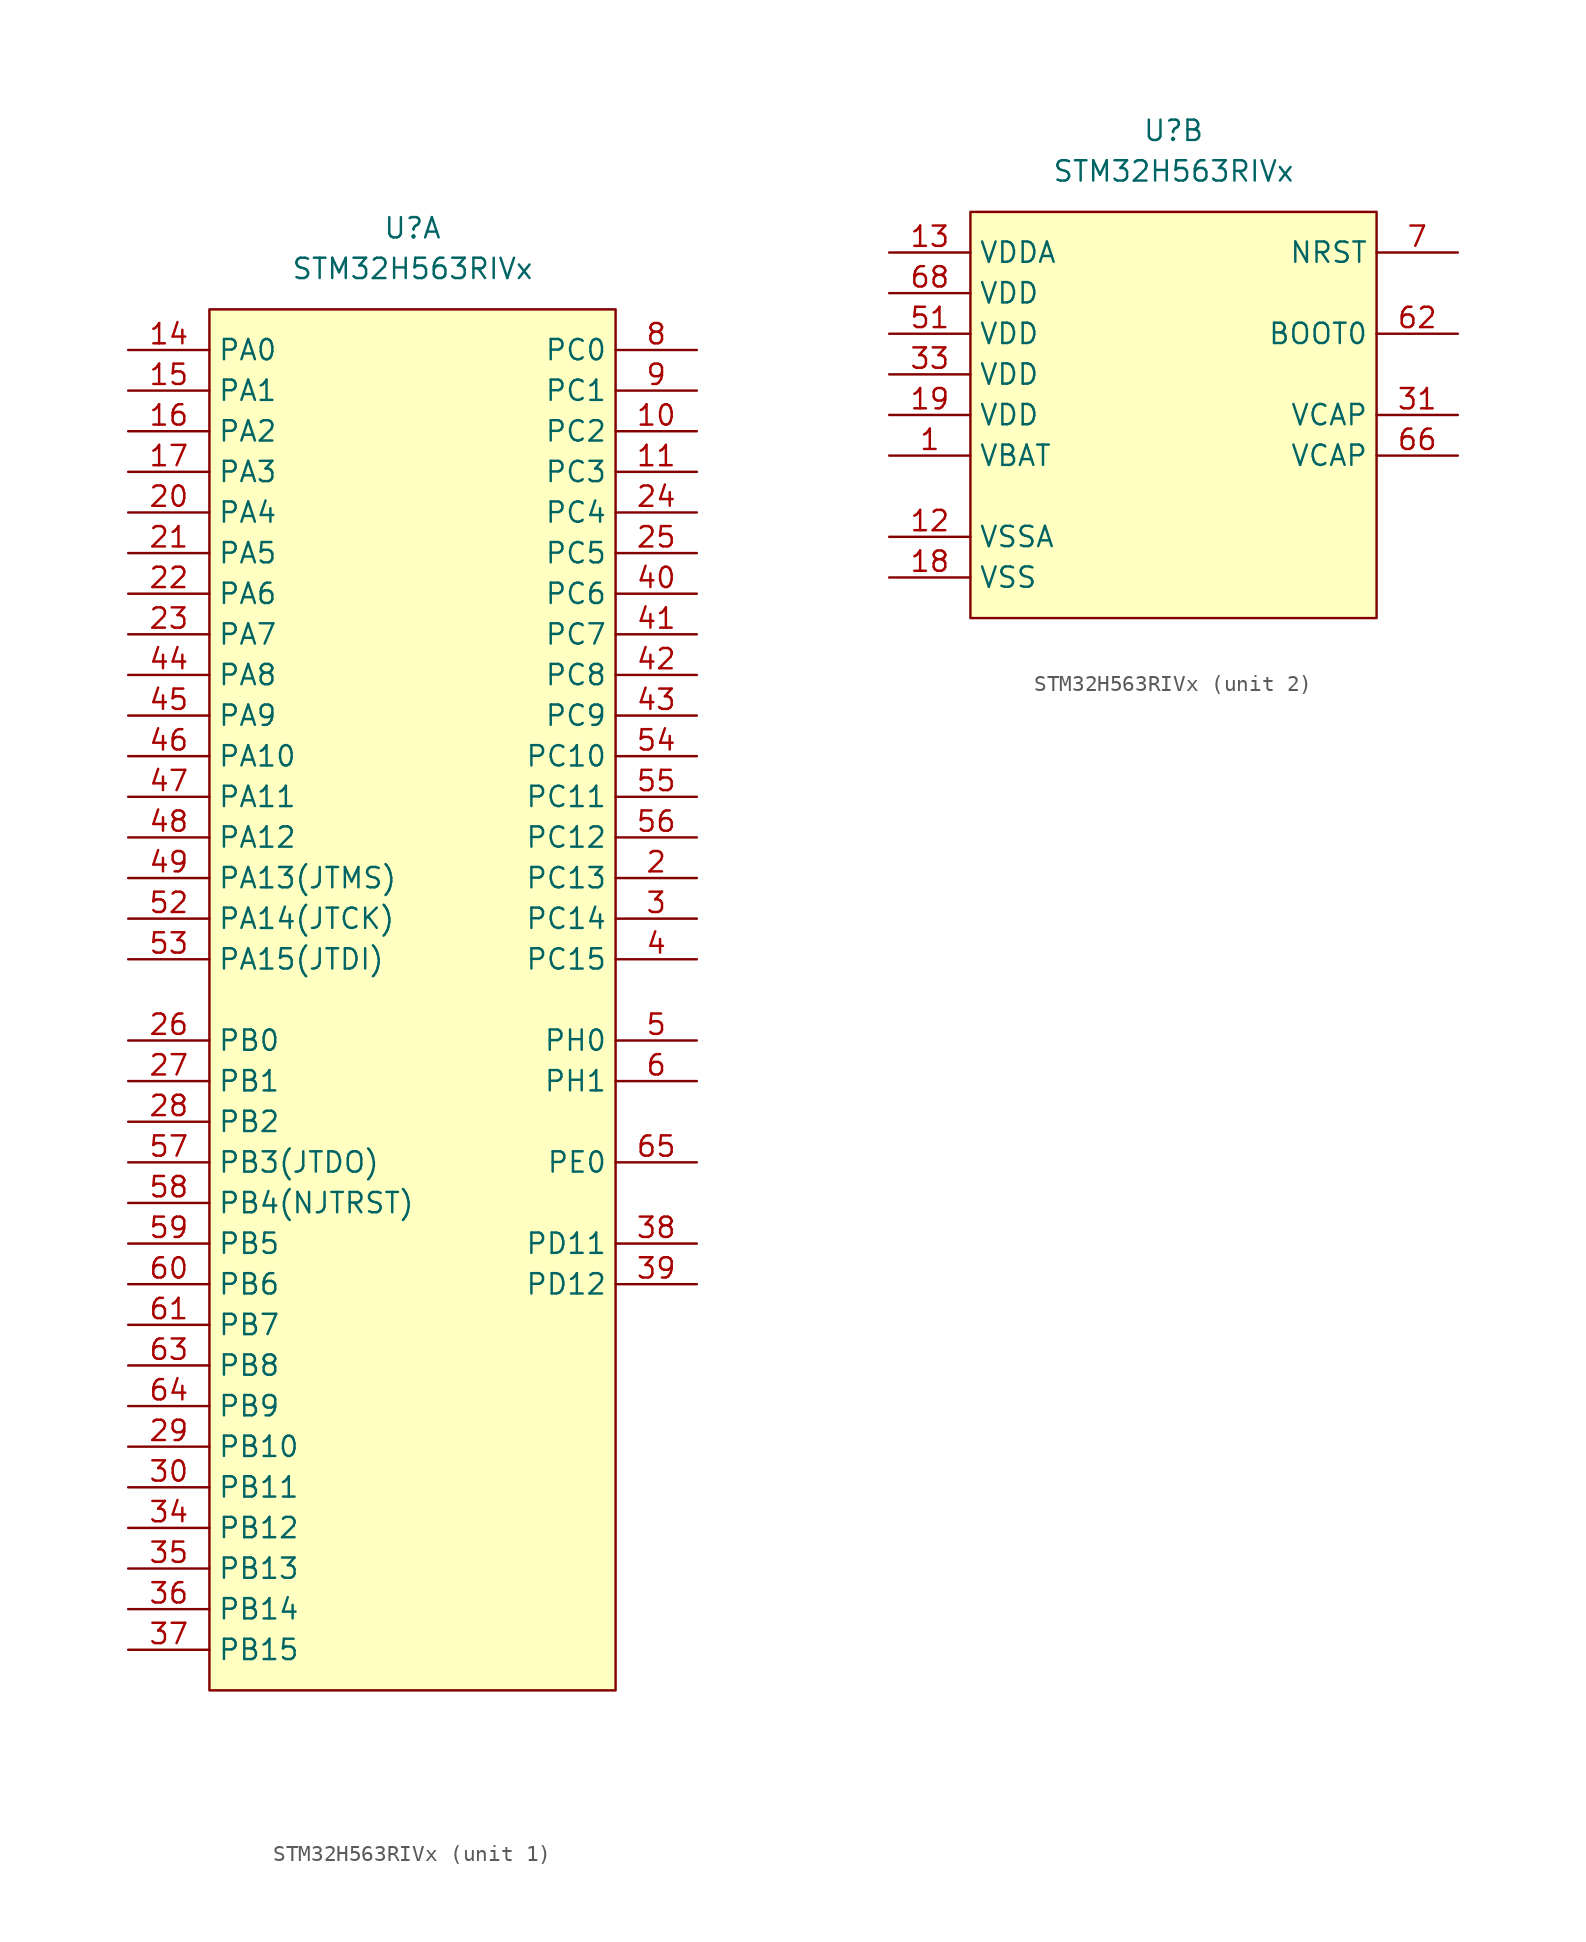
<source format=kicad_sym>
(kicad_symbol_lib
  (version 20241209)
  (generator "kicad_symbol_editor")
  (generator_version "9.0")
  (symbol "STM32H563RIVx"
    (property "Reference" "U"
      (at 0 5.08 0)
      (effects (font (size 1.27 1.27))))
    (property "Value" "STM32H563RIVx"
      (at 0 2.54 0)
      (effects (font (size 1.27 1.27))))
    (symbol "STM32H563RIVx_1_1"
      (rectangle (start -12.7 0) (end 12.7 -86.36) (stroke (width 0) (type solid)) (fill (type background)))
      (pin bidirectional line (at -17.78 -2.54 0) (length 5.08) (name "PA0" (effects (font (size 1.27 1.27)))) (number "14" (effects (font (size 1.27 1.27)))) (alternate "ADC1_INN1" bidirectional line) (alternate "ADC1_INP0" bidirectional line) (alternate "ADC2_INN1" bidirectional line) (alternate "ADC2_INP0" bidirectional line) (alternate "ETH_CRS" bidirectional line) (alternate "PWR_WKUP1" bidirectional line) (alternate "SAI2_SD_B" bidirectional line) (alternate "SPI3_RDY" bidirectional line) (alternate "SPI6_NSS" bidirectional line) (alternate "TAMP_IN2" bidirectional line) (alternate "TAMP_OUT1" bidirectional line) (alternate "TIM15_BKIN" bidirectional line) (alternate "TIM2_CH1" bidirectional line) (alternate "TIM2_ETR" bidirectional line) (alternate "TIM5_CH1" bidirectional line) (alternate "TIM8_ETR" bidirectional line) (alternate "UART4_TX" bidirectional line) (alternate "USART2_CTS" bidirectional line) (alternate "USART2_NSS" bidirectional line))
      (pin bidirectional line (at -17.78 -5.08 0) (length 5.08) (name "PA1" (effects (font (size 1.27 1.27)))) (number "15" (effects (font (size 1.27 1.27)))) (alternate "ADC1_INP1" bidirectional line) (alternate "ADC2_INP1" bidirectional line) (alternate "ETH_REF_CLK" bidirectional line) (alternate "ETH_RX_CLK" bidirectional line) (alternate "LPTIM1_IN1" bidirectional line) (alternate "OCTOSPI1_DQS" bidirectional line) (alternate "OCTOSPI1_IO3" bidirectional line) (alternate "SAI2_MCLK_B" bidirectional line) (alternate "TAMP_IN5" bidirectional line) (alternate "TAMP_OUT4" bidirectional line) (alternate "TIM15_CH1N" bidirectional line) (alternate "TIM2_CH2" bidirectional line) (alternate "TIM5_CH2" bidirectional line) (alternate "UART4_RX" bidirectional line) (alternate "USART2_DE" bidirectional line) (alternate "USART2_RTS" bidirectional line))
      (pin bidirectional line (at -17.78 -7.62 0) (length 5.08) (name "PA2" (effects (font (size 1.27 1.27)))) (number "16" (effects (font (size 1.27 1.27)))) (alternate "ADC1_INP14" bidirectional line) (alternate "ADC2_INP14" bidirectional line) (alternate "ETH_MDIO" bidirectional line) (alternate "LPTIM1_IN2" bidirectional line) (alternate "PWR_WKUP2" bidirectional line) (alternate "SAI2_SCK_B" bidirectional line) (alternate "TAMP_IN4" bidirectional line) (alternate "TAMP_OUT3" bidirectional line) (alternate "TIM15_CH1" bidirectional line) (alternate "TIM2_CH3" bidirectional line) (alternate "TIM5_CH3" bidirectional line) (alternate "USART2_TX" bidirectional line))
      (pin bidirectional line (at -17.78 -10.16 0) (length 5.08) (name "PA3" (effects (font (size 1.27 1.27)))) (number "17" (effects (font (size 1.27 1.27)))) (alternate "ADC1_INP15" bidirectional line) (alternate "ADC2_INP15" bidirectional line) (alternate "ETH_COL" bidirectional line) (alternate "I2S2_WS" bidirectional line) (alternate "OCTOSPI1_CLK" bidirectional line) (alternate "SAI1_SD_B" bidirectional line) (alternate "SPI2_NSS" bidirectional line) (alternate "TIM15_CH2" bidirectional line) (alternate "TIM2_CH4" bidirectional line) (alternate "TIM5_CH4" bidirectional line) (alternate "USART2_RX" bidirectional line))
      (pin bidirectional line (at -17.78 -12.7 0) (length 5.08) (name "PA4" (effects (font (size 1.27 1.27)))) (number "20" (effects (font (size 1.27 1.27)))) (alternate "ADC1_INP18" bidirectional line) (alternate "ADC2_INP18" bidirectional line) (alternate "DAC1_OUT1" bidirectional line) (alternate "DCMI_HSYNC" bidirectional line) (alternate "I2S1_WS" bidirectional line) (alternate "I2S3_WS" bidirectional line) (alternate "LPTIM2_CH1" bidirectional line) (alternate "PSSI_DE" bidirectional line) (alternate "SPI1_NSS" bidirectional line) (alternate "SPI3_NSS" bidirectional line) (alternate "SPI6_NSS" bidirectional line) (alternate "TIM5_ETR" bidirectional line) (alternate "USART2_CK" bidirectional line))
      (pin bidirectional line (at -17.78 -15.24 0) (length 5.08) (name "PA5" (effects (font (size 1.27 1.27)))) (number "21" (effects (font (size 1.27 1.27)))) (alternate "ADC1_INN18" bidirectional line) (alternate "ADC1_INP19" bidirectional line) (alternate "ADC2_INN18" bidirectional line) (alternate "ADC2_INP19" bidirectional line) (alternate "DAC1_OUT2" bidirectional line) (alternate "ETH_TX_EN" bidirectional line) (alternate "I2S1_CK" bidirectional line) (alternate "PSSI_D14" bidirectional line) (alternate "SPI1_SCK" bidirectional line) (alternate "SPI6_SCK" bidirectional line) (alternate "TIM2_CH1" bidirectional line) (alternate "TIM2_ETR" bidirectional line) (alternate "TIM8_CH1N" bidirectional line))
      (pin bidirectional line (at -17.78 -17.78 0) (length 5.08) (name "PA6" (effects (font (size 1.27 1.27)))) (number "22" (effects (font (size 1.27 1.27)))) (alternate "ADC1_INP3" bidirectional line) (alternate "ADC2_INP3" bidirectional line) (alternate "DCMI_PIXCLK" bidirectional line) (alternate "I2S1_SDI" bidirectional line) (alternate "OCTOSPI1_IO3" bidirectional line) (alternate "PSSI_PDCK" bidirectional line) (alternate "SPI1_MISO" bidirectional line) (alternate "SPI6_MISO" bidirectional line) (alternate "TIM13_CH1" bidirectional line) (alternate "TIM1_BKIN" bidirectional line) (alternate "TIM3_CH1" bidirectional line) (alternate "TIM8_BKIN" bidirectional line) (alternate "USART11_TX" bidirectional line))
      (pin bidirectional line (at -17.78 -20.32 0) (length 5.08) (name "PA7" (effects (font (size 1.27 1.27)))) (number "23" (effects (font (size 1.27 1.27)))) (alternate "ADC1_INN3" bidirectional line) (alternate "ADC1_INP7" bidirectional line) (alternate "ADC2_INN3" bidirectional line) (alternate "ADC2_INP7" bidirectional line) (alternate "ETH_CRS_DV" bidirectional line) (alternate "ETH_RX_DV" bidirectional line) (alternate "I2S1_SDO" bidirectional line) (alternate "OCTOSPI1_IO2" bidirectional line) (alternate "SPI1_MOSI" bidirectional line) (alternate "SPI6_MOSI" bidirectional line) (alternate "TIM14_CH1" bidirectional line) (alternate "TIM1_CH1N" bidirectional line) (alternate "TIM3_CH2" bidirectional line) (alternate "TIM8_CH1N" bidirectional line) (alternate "USART11_RX" bidirectional line))
      (pin bidirectional line (at -17.78 -22.86 0) (length 5.08) (name "PA8" (effects (font (size 1.27 1.27)))) (number "44" (effects (font (size 1.27 1.27)))) (alternate "DCMI_D3" bidirectional line) (alternate "I2C3_SCL" bidirectional line) (alternate "PSSI_D3" bidirectional line) (alternate "RCC_MCO_1" bidirectional line) (alternate "SPI1_RDY" bidirectional line) (alternate "TIM1_CH1" bidirectional line) (alternate "TIM8_BKIN2" bidirectional line) (alternate "UART7_RX" bidirectional line) (alternate "USART1_CK" bidirectional line) (alternate "USB_SOF" bidirectional line))
      (pin bidirectional line (at -17.78 -25.4 0) (length 5.08) (name "PA9" (effects (font (size 1.27 1.27)))) (number "45" (effects (font (size 1.27 1.27)))) (alternate "DAC1_EXTI9" bidirectional line) (alternate "DCMI_D0" bidirectional line) (alternate "ETH_TX_ER" bidirectional line) (alternate "I2C3_SMBA" bidirectional line) (alternate "I2S2_CK" bidirectional line) (alternate "LPUART1_TX" bidirectional line) (alternate "PSSI_D0" bidirectional line) (alternate "SPI2_SCK" bidirectional line) (alternate "TIM1_CH2" bidirectional line) (alternate "UCPD1_DB1" bidirectional line) (alternate "USART1_TX" bidirectional line))
      (pin bidirectional line (at -17.78 -27.94 0) (length 5.08) (name "PA10" (effects (font (size 1.27 1.27)))) (number "46" (effects (font (size 1.27 1.27)))) (alternate "DCMI_D1" bidirectional line) (alternate "FDCAN2_TX" bidirectional line) (alternate "LPTIM2_IN2" bidirectional line) (alternate "LPUART1_RX" bidirectional line) (alternate "PSSI_D1" bidirectional line) (alternate "SDMMC1_D0" bidirectional line) (alternate "TIM1_CH3" bidirectional line) (alternate "UCPD1_FRSTX" bidirectional line) (alternate "USART1_RX" bidirectional line))
      (pin bidirectional line (at -17.78 -30.48 0) (length 5.08) (name "PA11" (effects (font (size 1.27 1.27)))) (number "47" (effects (font (size 1.27 1.27)))) (alternate "ADC1_EXTI11" bidirectional line) (alternate "ADC2_EXTI11" bidirectional line) (alternate "FDCAN1_RX" bidirectional line) (alternate "I2S2_WS" bidirectional line) (alternate "LPUART1_CTS" bidirectional line) (alternate "SPI2_NSS" bidirectional line) (alternate "TIM1_CH4" bidirectional line) (alternate "UART4_RX" bidirectional line) (alternate "USART1_CTS" bidirectional line) (alternate "USART1_NSS" bidirectional line) (alternate "USB_DM" bidirectional line))
      (pin bidirectional line (at -17.78 -33.02 0) (length 5.08) (name "PA12" (effects (font (size 1.27 1.27)))) (number "48" (effects (font (size 1.27 1.27)))) (alternate "FDCAN1_TX" bidirectional line) (alternate "I2S2_CK" bidirectional line) (alternate "LPUART1_DE" bidirectional line) (alternate "LPUART1_RTS" bidirectional line) (alternate "SAI2_FS_B" bidirectional line) (alternate "SPI2_SCK" bidirectional line) (alternate "TIM1_ETR" bidirectional line) (alternate "UART4_TX" bidirectional line) (alternate "USART1_DE" bidirectional line) (alternate "USART1_RTS" bidirectional line) (alternate "USB_DP" bidirectional line))
      (pin bidirectional line (at -17.78 -35.56 0) (length 5.08) (name "PA13(JTMS)" (effects (font (size 1.27 1.27)))) (number "49" (effects (font (size 1.27 1.27)))) (alternate "SWDIO" bidirectional line))
      (pin bidirectional line (at -17.78 -38.1 0) (length 5.08) (name "PA14(JTCK)" (effects (font (size 1.27 1.27)))) (number "52" (effects (font (size 1.27 1.27)))) (alternate "SWCLK" bidirectional line))
      (pin bidirectional line (at -17.78 -40.64 0) (length 5.08) (name "PA15(JTDI)" (effects (font (size 1.27 1.27)))) (number "53" (effects (font (size 1.27 1.27)))) (alternate "ADC1_EXTI15" bidirectional line) (alternate "ADC2_EXTI15" bidirectional line) (alternate "CEC" bidirectional line) (alternate "DCMI_D11" bidirectional line) (alternate "DEBUG_JTDI" bidirectional line) (alternate "I2S1_WS" bidirectional line) (alternate "I2S3_WS" bidirectional line) (alternate "LPTIM3_IN2" bidirectional line) (alternate "PSSI_D11" bidirectional line) (alternate "SPI1_NSS" bidirectional line) (alternate "SPI3_NSS" bidirectional line) (alternate "SPI6_NSS" bidirectional line) (alternate "TIM2_CH1" bidirectional line) (alternate "TIM2_ETR" bidirectional line) (alternate "UART4_DE" bidirectional line) (alternate "UART4_RTS" bidirectional line) (alternate "UART7_TX" bidirectional line))
      (pin bidirectional line (at -17.78 -45.72 0) (length 5.08) (name "PB0" (effects (font (size 1.27 1.27)))) (number "26" (effects (font (size 1.27 1.27)))) (alternate "ADC1_INN5" bidirectional line) (alternate "ADC1_INP9" bidirectional line) (alternate "ADC2_INN5" bidirectional line) (alternate "ADC2_INP9" bidirectional line) (alternate "ETH_RXD2" bidirectional line) (alternate "LPTIM3_CH1" bidirectional line) (alternate "OCTOSPI1_IO1" bidirectional line) (alternate "TIM1_CH2N" bidirectional line) (alternate "TIM3_CH3" bidirectional line) (alternate "TIM8_CH2N" bidirectional line) (alternate "UART4_CTS" bidirectional line) (alternate "USART11_CK" bidirectional line))
      (pin bidirectional line (at -17.78 -48.26 0) (length 5.08) (name "PB1" (effects (font (size 1.27 1.27)))) (number "27" (effects (font (size 1.27 1.27)))) (alternate "ADC1_INP5" bidirectional line) (alternate "ADC2_INP5" bidirectional line) (alternate "ETH_RXD3" bidirectional line) (alternate "LPTIM3_CH2" bidirectional line) (alternate "OCTOSPI1_IO0" bidirectional line) (alternate "TIM1_CH3N" bidirectional line) (alternate "TIM3_CH4" bidirectional line) (alternate "TIM8_CH3N" bidirectional line))
      (pin bidirectional line (at -17.78 -50.8 0) (length 5.08) (name "PB2" (effects (font (size 1.27 1.27)))) (number "28" (effects (font (size 1.27 1.27)))) (alternate "I2S3_SDO" bidirectional line) (alternate "LPTIM1_CH1" bidirectional line) (alternate "LPTIM5_ETR" bidirectional line) (alternate "OCTOSPI1_CLK" bidirectional line) (alternate "OCTOSPI1_DQS" bidirectional line) (alternate "RCC_LSCO" bidirectional line) (alternate "RTC_OUT2" bidirectional line) (alternate "SAI1_D1" bidirectional line) (alternate "SAI1_SD_A" bidirectional line) (alternate "SDMMC1_CMD" bidirectional line) (alternate "SPI1_RDY" bidirectional line) (alternate "SPI3_MOSI" bidirectional line) (alternate "TIM8_CH4N" bidirectional line))
      (pin bidirectional line (at -17.78 -53.34 0) (length 5.08) (name "PB3(JTDO)" (effects (font (size 1.27 1.27)))) (number "57" (effects (font (size 1.27 1.27)))) (alternate "CRS_SYNC" bidirectional line) (alternate "I2C2_SDA" bidirectional line) (alternate "I2S1_CK" bidirectional line) (alternate "I2S3_CK" bidirectional line) (alternate "LPTIM6_ETR" bidirectional line) (alternate "SPI1_SCK" bidirectional line) (alternate "SPI3_SCK" bidirectional line) (alternate "SPI6_SCK" bidirectional line) (alternate "SWO" bidirectional line) (alternate "TIM2_CH2" bidirectional line) (alternate "UART7_RX" bidirectional line))
      (pin bidirectional line (at -17.78 -55.88 0) (length 5.08) (name "PB4(NJTRST)" (effects (font (size 1.27 1.27)))) (number "58" (effects (font (size 1.27 1.27)))) (alternate "DCMI_D7" bidirectional line) (alternate "DEBUG_JTRST" bidirectional line) (alternate "I2S1_SDI" bidirectional line) (alternate "I2S2_WS" bidirectional line) (alternate "I2S3_SDI" bidirectional line) (alternate "LPTIM1_CH2" bidirectional line) (alternate "OCTOSPI1_CLK" bidirectional line) (alternate "PSSI_D7" bidirectional line) (alternate "SPI1_MISO" bidirectional line) (alternate "SPI2_NSS" bidirectional line) (alternate "SPI3_MISO" bidirectional line) (alternate "SPI6_MISO" bidirectional line) (alternate "TIM16_BKIN" bidirectional line) (alternate "TIM3_CH1" bidirectional line) (alternate "UART7_TX" bidirectional line))
      (pin bidirectional line (at -17.78 -58.42 0) (length 5.08) (name "PB5" (effects (font (size 1.27 1.27)))) (number "59" (effects (font (size 1.27 1.27)))) (alternate "DCMI_D10" bidirectional line) (alternate "ETH_PPS_OUT" bidirectional line) (alternate "FDCAN2_RX" bidirectional line) (alternate "I2C1_SMBA" bidirectional line) (alternate "I2C4_SMBA" bidirectional line) (alternate "I2S1_SDO" bidirectional line) (alternate "I2S3_SDO" bidirectional line) (alternate "OCTOSPI1_NCLK" bidirectional line) (alternate "PSSI_D10" bidirectional line) (alternate "SPI1_MOSI" bidirectional line) (alternate "SPI3_MOSI" bidirectional line) (alternate "SPI6_MOSI" bidirectional line) (alternate "TIM17_BKIN" bidirectional line) (alternate "TIM3_CH2" bidirectional line) (alternate "UART5_RX" bidirectional line))
      (pin bidirectional line (at -17.78 -60.96 0) (length 5.08) (name "PB6" (effects (font (size 1.27 1.27)))) (number "60" (effects (font (size 1.27 1.27)))) (alternate "CEC" bidirectional line) (alternate "DCMI_D5" bidirectional line) (alternate "FDCAN2_TX" bidirectional line) (alternate "I2C1_SCL" bidirectional line) (alternate "I2C4_SCL" bidirectional line) (alternate "I3C1_SCL" bidirectional line) (alternate "LPUART1_TX" bidirectional line) (alternate "OCTOSPI1_NCS" bidirectional line) (alternate "PSSI_D5" bidirectional line) (alternate "TIM16_CH1N" bidirectional line) (alternate "TIM4_CH1" bidirectional line) (alternate "UART5_TX" bidirectional line) (alternate "USART1_TX" bidirectional line))
      (pin bidirectional line (at -17.78 -63.5 0) (length 5.08) (name "PB7" (effects (font (size 1.27 1.27)))) (number "61" (effects (font (size 1.27 1.27)))) (alternate "DCMI_VSYNC" bidirectional line) (alternate "FDCAN1_TX" bidirectional line) (alternate "I2C1_SDA" bidirectional line) (alternate "I2C4_SDA" bidirectional line) (alternate "I3C1_SDA" bidirectional line) (alternate "LPUART1_RX" bidirectional line) (alternate "PSSI_RDY" bidirectional line) (alternate "PWR_WKUP5" bidirectional line) (alternate "TIM17_CH1N" bidirectional line) (alternate "TIM4_CH2" bidirectional line) (alternate "USART1_RX" bidirectional line))
      (pin bidirectional line (at -17.78 -66.04 0) (length 5.08) (name "PB8" (effects (font (size 1.27 1.27)))) (number "63" (effects (font (size 1.27 1.27)))) (alternate "DCMI_D6" bidirectional line) (alternate "ETH_TXD3" bidirectional line) (alternate "FDCAN1_RX" bidirectional line) (alternate "I2C1_SCL" bidirectional line) (alternate "I2C4_SCL" bidirectional line) (alternate "I3C1_SCL" bidirectional line) (alternate "PSSI_D6" bidirectional line) (alternate "SDMMC1_CKIN" bidirectional line) (alternate "SDMMC1_D4" bidirectional line) (alternate "TIM16_CH1" bidirectional line) (alternate "TIM4_CH3" bidirectional line) (alternate "UART4_RX" bidirectional line))
      (pin bidirectional line (at -17.78 -68.58 0) (length 5.08) (name "PB9" (effects (font (size 1.27 1.27)))) (number "64" (effects (font (size 1.27 1.27)))) (alternate "DAC1_EXTI9" bidirectional line) (alternate "DCMI_D7" bidirectional line) (alternate "FDCAN1_TX" bidirectional line) (alternate "I2C1_SDA" bidirectional line) (alternate "I2C4_SDA" bidirectional line) (alternate "I2S2_WS" bidirectional line) (alternate "I3C1_SDA" bidirectional line) (alternate "PSSI_D7" bidirectional line) (alternate "SDMMC1_CDIR" bidirectional line) (alternate "SDMMC1_D5" bidirectional line) (alternate "SPI2_NSS" bidirectional line) (alternate "TIM17_CH1" bidirectional line) (alternate "TIM4_CH4" bidirectional line) (alternate "UART4_TX" bidirectional line))
      (pin bidirectional line (at -17.78 -71.12 0) (length 5.08) (name "PB10" (effects (font (size 1.27 1.27)))) (number "29" (effects (font (size 1.27 1.27)))) (alternate "ETH_RX_ER" bidirectional line) (alternate "I2C2_SCL" bidirectional line) (alternate "I2S2_CK" bidirectional line) (alternate "LPTIM2_IN1" bidirectional line) (alternate "LPTIM3_CH1" bidirectional line) (alternate "OCTOSPI1_NCS" bidirectional line) (alternate "SPI2_SCK" bidirectional line) (alternate "TIM2_CH3" bidirectional line) (alternate "USART3_TX" bidirectional line))
      (pin bidirectional line (at -17.78 -73.66 0) (length 5.08) (name "PB11" (effects (font (size 1.27 1.27)))) (number "30" (effects (font (size 1.27 1.27)))) (alternate "ADC1_EXTI11" bidirectional line) (alternate "ADC2_EXTI11" bidirectional line) (alternate "ETH_TX_EN" bidirectional line) (alternate "I2C2_SDA" bidirectional line) (alternate "LPTIM2_ETR" bidirectional line) (alternate "SPI2_RDY" bidirectional line) (alternate "TIM2_CH4" bidirectional line) (alternate "USART3_RX" bidirectional line))
      (pin bidirectional line (at -17.78 -76.2 0) (length 5.08) (name "PB12" (effects (font (size 1.27 1.27)))) (number "34" (effects (font (size 1.27 1.27)))) (alternate "ETH_TXD0" bidirectional line) (alternate "FDCAN2_RX" bidirectional line) (alternate "I2C2_SDA" bidirectional line) (alternate "I2S2_WS" bidirectional line) (alternate "OCTOSPI1_NCLK" bidirectional line) (alternate "SPI2_NSS" bidirectional line) (alternate "TIM1_BKIN" bidirectional line) (alternate "UART5_RX" bidirectional line) (alternate "UCPD1_FRSTX" bidirectional line) (alternate "USART3_CK" bidirectional line))
      (pin bidirectional line (at -17.78 -78.74 0) (length 5.08) (name "PB13" (effects (font (size 1.27 1.27)))) (number "35" (effects (font (size 1.27 1.27)))) (alternate "FDCAN2_TX" bidirectional line) (alternate "I2C2_SMBA" bidirectional line) (alternate "I2S2_CK" bidirectional line) (alternate "LPTIM2_CH1" bidirectional line) (alternate "LPTIM3_IN1" bidirectional line) (alternate "SDMMC1_D0" bidirectional line) (alternate "SPI2_SCK" bidirectional line) (alternate "TIM1_CH1N" bidirectional line) (alternate "UART5_TX" bidirectional line) (alternate "UCPD1_CC1" bidirectional line) (alternate "USART3_CTS" bidirectional line) (alternate "USART3_NSS" bidirectional line))
      (pin bidirectional line (at -17.78 -81.28 0) (length 5.08) (name "PB14" (effects (font (size 1.27 1.27)))) (number "36" (effects (font (size 1.27 1.27)))) (alternate "I2S2_SDI" bidirectional line) (alternate "LPTIM3_ETR" bidirectional line) (alternate "SPI2_MISO" bidirectional line) (alternate "TIM12_CH1" bidirectional line) (alternate "TIM1_CH2N" bidirectional line) (alternate "TIM8_CH2N" bidirectional line) (alternate "UART4_DE" bidirectional line) (alternate "UART4_RTS" bidirectional line) (alternate "UCPD1_CC2" bidirectional line) (alternate "USART1_TX" bidirectional line) (alternate "USART3_DE" bidirectional line) (alternate "USART3_RTS" bidirectional line))
      (pin bidirectional line (at -17.78 -83.82 0) (length 5.08) (name "PB15" (effects (font (size 1.27 1.27)))) (number "37" (effects (font (size 1.27 1.27)))) (alternate "ADC1_EXTI15" bidirectional line) (alternate "ADC2_EXTI15" bidirectional line) (alternate "DCMI_D2" bidirectional line) (alternate "ETH_TXD1" bidirectional line) (alternate "I2S2_SDO" bidirectional line) (alternate "OCTOSPI1_CLK" bidirectional line) (alternate "PSSI_D2" bidirectional line) (alternate "PWR_PVD_IN" bidirectional line) (alternate "RTC_REFIN" bidirectional line) (alternate "SPI2_MOSI" bidirectional line) (alternate "TIM12_CH2" bidirectional line) (alternate "TIM1_CH3N" bidirectional line) (alternate "TIM8_CH3N" bidirectional line) (alternate "UART4_CTS" bidirectional line) (alternate "UART5_RX" bidirectional line) (alternate "USART11_CTS" bidirectional line) (alternate "USART11_NSS" bidirectional line) (alternate "USART1_RX" bidirectional line))
      (pin bidirectional line (at 17.78 -2.54 180) (length 5.08) (name "PC0" (effects (font (size 1.27 1.27)))) (number "8" (effects (font (size 1.27 1.27)))) (alternate "ADC1_INP10" bidirectional line) (alternate "ADC2_INP10" bidirectional line) (alternate "OCTOSPI1_IO7" bidirectional line) (alternate "SAI1_MCLK_A" bidirectional line) (alternate "SAI2_FS_B" bidirectional line) (alternate "SPI2_RDY" bidirectional line) (alternate "TIM16_BKIN" bidirectional line))
      (pin bidirectional line (at 17.78 -5.08 180) (length 5.08) (name "PC1" (effects (font (size 1.27 1.27)))) (number "9" (effects (font (size 1.27 1.27)))) (alternate "ADC1_INN10" bidirectional line) (alternate "ADC1_INP11" bidirectional line) (alternate "ADC2_INN10" bidirectional line) (alternate "ADC2_INP11" bidirectional line) (alternate "DEBUG_TRACED0" bidirectional line) (alternate "ETH_MDC" bidirectional line) (alternate "I2S2_SDO" bidirectional line) (alternate "OCTOSPI1_IO4" bidirectional line) (alternate "PWR_WKUP6" bidirectional line) (alternate "SAI1_D1" bidirectional line) (alternate "SAI1_SD_A" bidirectional line) (alternate "SAI2_SD_A" bidirectional line) (alternate "SPI2_MOSI" bidirectional line) (alternate "TAMP_IN3" bidirectional line) (alternate "TAMP_OUT5" bidirectional line) (alternate "USART11_DE" bidirectional line) (alternate "USART11_RTS" bidirectional line))
      (pin bidirectional line (at 17.78 -7.62 180) (length 5.08) (name "PC2" (effects (font (size 1.27 1.27)))) (number "10" (effects (font (size 1.27 1.27)))) (alternate "ADC1_INN11" bidirectional line) (alternate "ADC1_INP12" bidirectional line) (alternate "ADC2_INN11" bidirectional line) (alternate "ADC2_INP12" bidirectional line) (alternate "ETH_TXD2" bidirectional line) (alternate "I2S2_SDI" bidirectional line) (alternate "OCTOSPI1_IO2" bidirectional line) (alternate "OCTOSPI1_IO5" bidirectional line) (alternate "PWR_CSLEEP" bidirectional line) (alternate "SPI2_MISO" bidirectional line) (alternate "TIM17_CH1" bidirectional line) (alternate "TIM4_CH4" bidirectional line))
      (pin bidirectional line (at 17.78 -10.16 180) (length 5.08) (name "PC3" (effects (font (size 1.27 1.27)))) (number "11" (effects (font (size 1.27 1.27)))) (alternate "ADC1_INN12" bidirectional line) (alternate "ADC1_INP13" bidirectional line) (alternate "ADC2_INN12" bidirectional line) (alternate "ADC2_INP13" bidirectional line) (alternate "ETH_TX_CLK" bidirectional line) (alternate "I2S2_SDO" bidirectional line) (alternate "LPTIM3_CH1" bidirectional line) (alternate "OCTOSPI1_IO0" bidirectional line) (alternate "OCTOSPI1_IO6" bidirectional line) (alternate "PWR_CSTOP" bidirectional line) (alternate "SAI1_D3" bidirectional line) (alternate "SPI2_MOSI" bidirectional line))
      (pin bidirectional line (at 17.78 -12.7 180) (length 5.08) (name "PC4" (effects (font (size 1.27 1.27)))) (number "24" (effects (font (size 1.27 1.27)))) (alternate "ADC1_INP4" bidirectional line) (alternate "ADC2_INP4" bidirectional line) (alternate "ETH_RXD0" bidirectional line) (alternate "I2S1_MCK" bidirectional line) (alternate "LPTIM2_ETR" bidirectional line) (alternate "SAI1_CK1" bidirectional line) (alternate "TIM2_CH4" bidirectional line) (alternate "USART3_RX" bidirectional line))
      (pin bidirectional line (at 17.78 -15.24 180) (length 5.08) (name "PC5" (effects (font (size 1.27 1.27)))) (number "25" (effects (font (size 1.27 1.27)))) (alternate "ADC1_INN4" bidirectional line) (alternate "ADC1_INP8" bidirectional line) (alternate "ADC2_INN4" bidirectional line) (alternate "ADC2_INP8" bidirectional line) (alternate "ETH_RXD1" bidirectional line) (alternate "OCTOSPI1_DQS" bidirectional line) (alternate "PSSI_D15" bidirectional line) (alternate "SAI1_D3" bidirectional line) (alternate "SAI1_FS_A" bidirectional line) (alternate "TIM1_CH4N" bidirectional line))
      (pin bidirectional line (at 17.78 -17.78 180) (length 5.08) (name "PC6" (effects (font (size 1.27 1.27)))) (number "40" (effects (font (size 1.27 1.27)))) (alternate "DCMI_D0" bidirectional line) (alternate "I2S2_MCK" bidirectional line) (alternate "OCTOSPI1_IO5" bidirectional line) (alternate "PSSI_D0" bidirectional line) (alternate "SAI1_SCK_A" bidirectional line) (alternate "SDMMC1_D0DIR" bidirectional line) (alternate "SDMMC1_D6" bidirectional line) (alternate "TIM3_CH1" bidirectional line) (alternate "TIM8_CH1" bidirectional line) (alternate "USART6_TX" bidirectional line))
      (pin bidirectional line (at 17.78 -20.32 180) (length 5.08) (name "PC7" (effects (font (size 1.27 1.27)))) (number "41" (effects (font (size 1.27 1.27)))) (alternate "DCMI_D1" bidirectional line) (alternate "DEBUG_TRGIO" bidirectional line) (alternate "I2S3_MCK" bidirectional line) (alternate "OCTOSPI1_IO6" bidirectional line) (alternate "PSSI_D1" bidirectional line) (alternate "SDMMC1_D123DIR" bidirectional line) (alternate "SDMMC1_D7" bidirectional line) (alternate "TIM3_CH2" bidirectional line) (alternate "TIM8_CH2" bidirectional line) (alternate "USART6_RX" bidirectional line))
      (pin bidirectional line (at 17.78 -22.86 180) (length 5.08) (name "PC8" (effects (font (size 1.27 1.27)))) (number "42" (effects (font (size 1.27 1.27)))) (alternate "DCMI_D2" bidirectional line) (alternate "DEBUG_TRACED1" bidirectional line) (alternate "PSSI_D2" bidirectional line) (alternate "SDMMC1_D0" bidirectional line) (alternate "TIM3_CH3" bidirectional line) (alternate "TIM8_CH3" bidirectional line) (alternate "UART5_DE" bidirectional line) (alternate "UART5_RTS" bidirectional line) (alternate "USART6_CK" bidirectional line))
      (pin bidirectional line (at 17.78 -25.4 180) (length 5.08) (name "PC9" (effects (font (size 1.27 1.27)))) (number "43" (effects (font (size 1.27 1.27)))) (alternate "AUDIOCLK" bidirectional line) (alternate "DAC1_EXTI9" bidirectional line) (alternate "DCMI_D3" bidirectional line) (alternate "I2C3_SDA" bidirectional line) (alternate "OCTOSPI1_IO0" bidirectional line) (alternate "PSSI_D3" bidirectional line) (alternate "RCC_MCO_2" bidirectional line) (alternate "SDMMC1_D1" bidirectional line) (alternate "TIM3_CH4" bidirectional line) (alternate "TIM8_CH4" bidirectional line) (alternate "UART5_CTS" bidirectional line) (alternate "UCPD1_DB2" bidirectional line))
      (pin bidirectional line (at 17.78 -27.94 180) (length 5.08) (name "PC10" (effects (font (size 1.27 1.27)))) (number "54" (effects (font (size 1.27 1.27)))) (alternate "DCMI_D8" bidirectional line) (alternate "ETH_TXD0" bidirectional line) (alternate "I2S3_CK" bidirectional line) (alternate "LPTIM3_ETR" bidirectional line) (alternate "OCTOSPI1_IO1" bidirectional line) (alternate "PSSI_D8" bidirectional line) (alternate "SDMMC1_D2" bidirectional line) (alternate "SPI3_SCK" bidirectional line) (alternate "UART4_TX" bidirectional line) (alternate "USART3_TX" bidirectional line))
      (pin bidirectional line (at 17.78 -30.48 180) (length 5.08) (name "PC11" (effects (font (size 1.27 1.27)))) (number "55" (effects (font (size 1.27 1.27)))) (alternate "ADC1_EXTI11" bidirectional line) (alternate "ADC2_EXTI11" bidirectional line) (alternate "DCMI_D4" bidirectional line) (alternate "I2S3_SDI" bidirectional line) (alternate "LPTIM3_IN1" bidirectional line) (alternate "OCTOSPI1_NCS" bidirectional line) (alternate "PSSI_D4" bidirectional line) (alternate "SDMMC1_D3" bidirectional line) (alternate "SPI3_MISO" bidirectional line) (alternate "UART4_RX" bidirectional line) (alternate "USART3_RX" bidirectional line))
      (pin bidirectional line (at 17.78 -33.02 180) (length 5.08) (name "PC12" (effects (font (size 1.27 1.27)))) (number "56" (effects (font (size 1.27 1.27)))) (alternate "DCMI_D9" bidirectional line) (alternate "DEBUG_TRACED3" bidirectional line) (alternate "I2S3_SDO" bidirectional line) (alternate "PSSI_D9" bidirectional line) (alternate "SDMMC1_CK" bidirectional line) (alternate "SPI3_MOSI" bidirectional line) (alternate "SPI6_SCK" bidirectional line) (alternate "TIM15_CH1" bidirectional line) (alternate "UART5_TX" bidirectional line) (alternate "USART3_CK" bidirectional line))
      (pin bidirectional line (at 17.78 -35.56 180) (length 5.08) (name "PC13" (effects (font (size 1.27 1.27)))) (number "2" (effects (font (size 1.27 1.27)))) (alternate "PWR_WKUP4" bidirectional line) (alternate "RTC_OUT1" bidirectional line) (alternate "RTC_TS" bidirectional line) (alternate "TAMP_IN1" bidirectional line) (alternate "TAMP_OUT2" bidirectional line) (alternate "TAMP_OUT3" bidirectional line))
      (pin bidirectional line (at 17.78 -38.1 180) (length 5.08) (name "PC14" (effects (font (size 1.27 1.27)))) (number "3" (effects (font (size 1.27 1.27)))) (alternate "RCC_OSC32_IN" bidirectional line))
      (pin bidirectional line (at 17.78 -40.64 180) (length 5.08) (name "PC15" (effects (font (size 1.27 1.27)))) (number "4" (effects (font (size 1.27 1.27)))) (alternate "ADC1_EXTI15" bidirectional line) (alternate "ADC2_EXTI15" bidirectional line) (alternate "RCC_OSC32_OUT" bidirectional line))
      (pin bidirectional line (at 17.78 -45.72 180) (length 5.08) (name "PH0" (effects (font (size 1.27 1.27)))) (number "5" (effects (font (size 1.27 1.27)))) (alternate "RCC_OSC_IN" bidirectional line))
      (pin bidirectional line (at 17.78 -48.26 180) (length 5.08) (name "PH1" (effects (font (size 1.27 1.27)))) (number "6" (effects (font (size 1.27 1.27)))) (alternate "RCC_OSC_OUT" bidirectional line))
      (pin bidirectional line (at 17.78 -53.34 180) (length 5.08) (name "PE0" (effects (font (size 1.27 1.27)))) (number "65" (effects (font (size 1.27 1.27)))) (alternate "DCMI_D2" bidirectional line) (alternate "FDCAN1_RX" bidirectional line) (alternate "LPTIM1_ETR" bidirectional line) (alternate "LPTIM2_CH2" bidirectional line) (alternate "LPTIM2_ETR" bidirectional line) (alternate "PSSI_D2" bidirectional line) (alternate "SAI2_MCLK_A" bidirectional line) (alternate "SPI3_RDY" bidirectional line) (alternate "TIM4_ETR" bidirectional line))
      (pin bidirectional line (at 17.78 -58.42 180) (length 5.08) (name "PD11" (effects (font (size 1.27 1.27)))) (number "38" (effects (font (size 1.27 1.27)))) (alternate "ADC1_EXTI11" bidirectional line) (alternate "ADC2_EXTI11" bidirectional line) (alternate "I2C4_SMBA" bidirectional line) (alternate "LPTIM2_IN2" bidirectional line) (alternate "OCTOSPI1_IO0" bidirectional line) (alternate "SAI1_CK1" bidirectional line) (alternate "SAI2_SD_A" bidirectional line) (alternate "UART4_RX" bidirectional line) (alternate "USART3_CTS" bidirectional line) (alternate "USART3_NSS" bidirectional line))
      (pin bidirectional line (at 17.78 -60.96 180) (length 5.08) (name "PD12" (effects (font (size 1.27 1.27)))) (number "39" (effects (font (size 1.27 1.27)))) (alternate "DCMI_D12" bidirectional line) (alternate "I2C4_SCL" bidirectional line) (alternate "I3C1_SCL" bidirectional line) (alternate "LPTIM1_IN1" bidirectional line) (alternate "LPTIM2_IN1" bidirectional line) (alternate "OCTOSPI1_IO1" bidirectional line) (alternate "PSSI_D12" bidirectional line) (alternate "SAI1_D1" bidirectional line) (alternate "SAI2_FS_A" bidirectional line) (alternate "TIM4_CH1" bidirectional line) (alternate "UART4_TX" bidirectional line) (alternate "USART3_DE" bidirectional line) (alternate "USART3_RTS" bidirectional line)))
    (symbol "STM32H563RIVx_2_1"
      (rectangle (start -12.7 0) (end 12.7 -25.4) (stroke (width 0) (type solid)) (fill (type background)))
      (pin power_in line (at -17.78 -2.54 0) (length 5.08) (name "VDDA" (effects (font (size 1.27 1.27)))) (number "13" (effects (font (size 1.27 1.27)))))
      (pin power_in line (at -17.78 -5.08 0) (length 5.08) (name "VDD" (effects (font (size 1.27 1.27)))) (number "68" (effects (font (size 1.27 1.27)))))
      (pin power_in line (at -17.78 -7.62 0) (length 5.08) (name "VDD" (effects (font (size 1.27 1.27)))) (number "51" (effects (font (size 1.27 1.27)))))
      (pin power_in line (at -17.78 -10.16 0) (length 5.08) (name "VDD" (effects (font (size 1.27 1.27)))) (number "33" (effects (font (size 1.27 1.27)))))
      (pin power_in line (at -17.78 -12.7 0) (length 5.08) (name "VDD" (effects (font (size 1.27 1.27)))) (number "19" (effects (font (size 1.27 1.27)))))
      (pin power_in line (at -17.78 -15.24 0) (length 5.08) (name "VBAT" (effects (font (size 1.27 1.27)))) (number "1" (effects (font (size 1.27 1.27)))))
      (pin power_in line (at -17.78 -20.32 0) (length 5.08) (name "VSSA" (effects (font (size 1.27 1.27)))) (number "12" (effects (font (size 1.27 1.27)))))
      (pin power_in line (at -17.78 -22.86 0) (length 5.08) (name "VSS" (effects (font (size 1.27 1.27)))) (number "18" (effects (font (size 1.27 1.27)))))
      (pin passive line (at -17.78 -22.86 0) (length 5.08) (hide yes) (name "VSS" (effects (font (size 1.27 1.27)))) (number "32" (effects (font (size 1.27 1.27)))))
      (pin passive line (at -17.78 -22.86 0) (length 5.08) (hide yes) (name "VSS" (effects (font (size 1.27 1.27)))) (number "50" (effects (font (size 1.27 1.27)))))
      (pin passive line (at -17.78 -22.86 0) (length 5.08) (hide yes) (name "VSS" (effects (font (size 1.27 1.27)))) (number "67" (effects (font (size 1.27 1.27)))))
      (pin passive line (at -17.78 -22.86 0) (length 5.08) (hide yes) (name "VSS" (effects (font (size 1.27 1.27)))) (number "69" (effects (font (size 1.27 1.27)))))
      (pin input line (at 17.78 -2.54 180) (length 5.08) (name "NRST" (effects (font (size 1.27 1.27)))) (number "7" (effects (font (size 1.27 1.27)))))
      (pin input line (at 17.78 -7.62 180) (length 5.08) (name "BOOT0" (effects (font (size 1.27 1.27)))) (number "62" (effects (font (size 1.27 1.27)))))
      (pin power_out line (at 17.78 -12.7 180) (length 5.08) (name "VCAP" (effects (font (size 1.27 1.27)))) (number "31" (effects (font (size 1.27 1.27)))))
      (pin power_out line (at 17.78 -15.24 180) (length 5.08) (name "VCAP" (effects (font (size 1.27 1.27)))) (number "66" (effects (font (size 1.27 1.27))))))))
</source>
